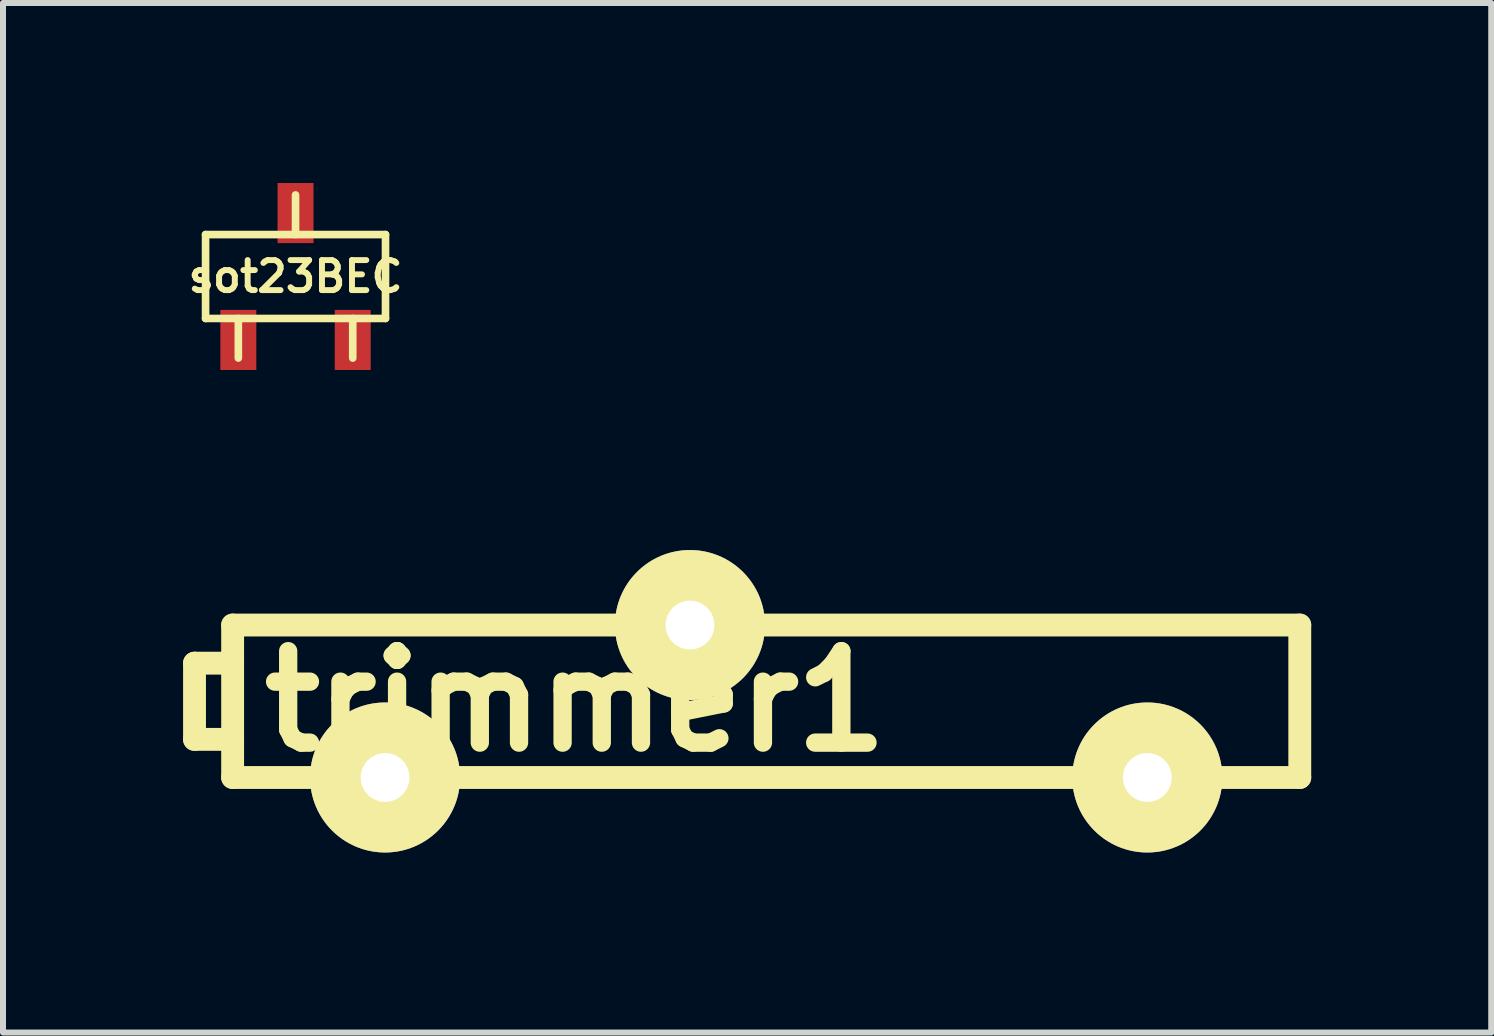
<source format=kicad_pcb>
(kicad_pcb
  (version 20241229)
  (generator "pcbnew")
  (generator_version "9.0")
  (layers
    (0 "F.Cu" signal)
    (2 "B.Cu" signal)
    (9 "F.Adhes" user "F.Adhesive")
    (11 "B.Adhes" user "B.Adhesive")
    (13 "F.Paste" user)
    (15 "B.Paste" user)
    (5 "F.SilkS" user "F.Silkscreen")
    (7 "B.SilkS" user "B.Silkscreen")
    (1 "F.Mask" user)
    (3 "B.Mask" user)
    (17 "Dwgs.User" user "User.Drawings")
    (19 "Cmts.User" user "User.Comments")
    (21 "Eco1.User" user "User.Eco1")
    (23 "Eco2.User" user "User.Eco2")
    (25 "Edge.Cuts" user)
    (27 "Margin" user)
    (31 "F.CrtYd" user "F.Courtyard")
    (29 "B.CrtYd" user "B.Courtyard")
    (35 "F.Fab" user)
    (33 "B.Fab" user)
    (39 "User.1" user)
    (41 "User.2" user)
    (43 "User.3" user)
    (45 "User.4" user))
  (footprint "trimmer1"
    (layer "F.Cu")
    (at 9.716 8.634)
    (property "Reference" "trimmer1" (at -3.175 0 0) (layer "F.SilkS") (effects (font (size 1.524 1.524) (thickness 0.305))))
    (attr through_hole)
    (fp_line (start -9.525 -0.635) (end -9.525 0.635) (stroke (width 0.381) (type solid)) (layer "F.SilkS"))
    (fp_line (start -9.525 0.635) (end -8.89 0.635) (stroke (width 0.381) (type solid)) (layer "F.SilkS"))
    (fp_line (start -8.89 -1.27) (end -8.89 1.27) (stroke (width 0.381) (type solid)) (layer "F.SilkS"))
    (fp_line (start -8.89 -0.635) (end -9.525 -0.635) (stroke (width 0.381) (type solid)) (layer "F.SilkS"))
    (fp_line (start -8.89 1.27) (end 8.89 1.27) (stroke (width 0.381) (type solid)) (layer "F.SilkS"))
    (fp_line (start 8.89 -1.27) (end -8.89 -1.27) (stroke (width 0.381) (type solid)) (layer "F.SilkS"))
    (fp_line (start 8.89 1.27) (end 8.89 -1.27) (stroke (width 0.381) (type solid)) (layer "F.SilkS"))
    (pad "1" thru_hole circle (at -6.35 1.27) (size 2.499 2.499) (drill 0.813) (layers "*.Cu" "*.Mask" "F.SilkS"))
    (pad "2" thru_hole circle (at -1.27 -1.27) (size 2.499 2.499) (drill 0.813) (layers "*.Cu" "*.Mask" "F.SilkS"))
    (pad "3" thru_hole circle (at 6.35 1.27) (size 2.499 2.499) (drill 0.813) (layers "*.Cu" "*.Mask" "F.SilkS")))
  (footprint "sot23BEC"
    (layer "F.Cu")
    (at 1.874 1.557)
    (property "Reference" "sot23BEC" (at 0 0 0) (layer "F.SilkS") (effects (font (size 0.5 0.5) (thickness 0.099))))
    (attr smd)
    (fp_line (start -1.499 -0.699) (end 1.499 -0.699) (stroke (width 0.127) (type solid)) (layer "F.SilkS"))
    (fp_line (start -1.499 0.699) (end -1.499 -0.699) (stroke (width 0.127) (type solid)) (layer "F.SilkS"))
    (fp_line (start -0.953 0.699) (end -0.953 1.359) (stroke (width 0.127) (type solid)) (layer "F.SilkS"))
    (fp_line (start 0 -0.699) (end 0 -1.359) (stroke (width 0.127) (type solid)) (layer "F.SilkS"))
    (fp_line (start 0.953 0.699) (end 0.953 1.359) (stroke (width 0.127) (type solid)) (layer "F.SilkS"))
    (fp_line (start 1.499 -0.699) (end 1.499 0.699) (stroke (width 0.127) (type solid)) (layer "F.SilkS"))
    (fp_line (start 1.499 0.699) (end -1.499 0.699) (stroke (width 0.127) (type solid)) (layer "F.SilkS"))
    (pad "1" smd rect (at 0.953 1.057) (size 0.599 1.001) (layers "F.Cu" "F.Mask" "F.Paste"))
    (pad "2" smd rect (at -0.953 1.057) (size 0.599 1.001) (layers "F.Cu" "F.Mask" "F.Paste"))
    (pad "3" smd rect (at 0 -1.057) (size 0.599 1.001) (layers "F.Cu" "F.Mask" "F.Paste")))
  (gr_rect
    (start -3 -3)
    (end 21.796 14.153)
    (stroke (width 0.1) (type default))
    (fill no)
    (layer "Edge.Cuts")))
</source>
